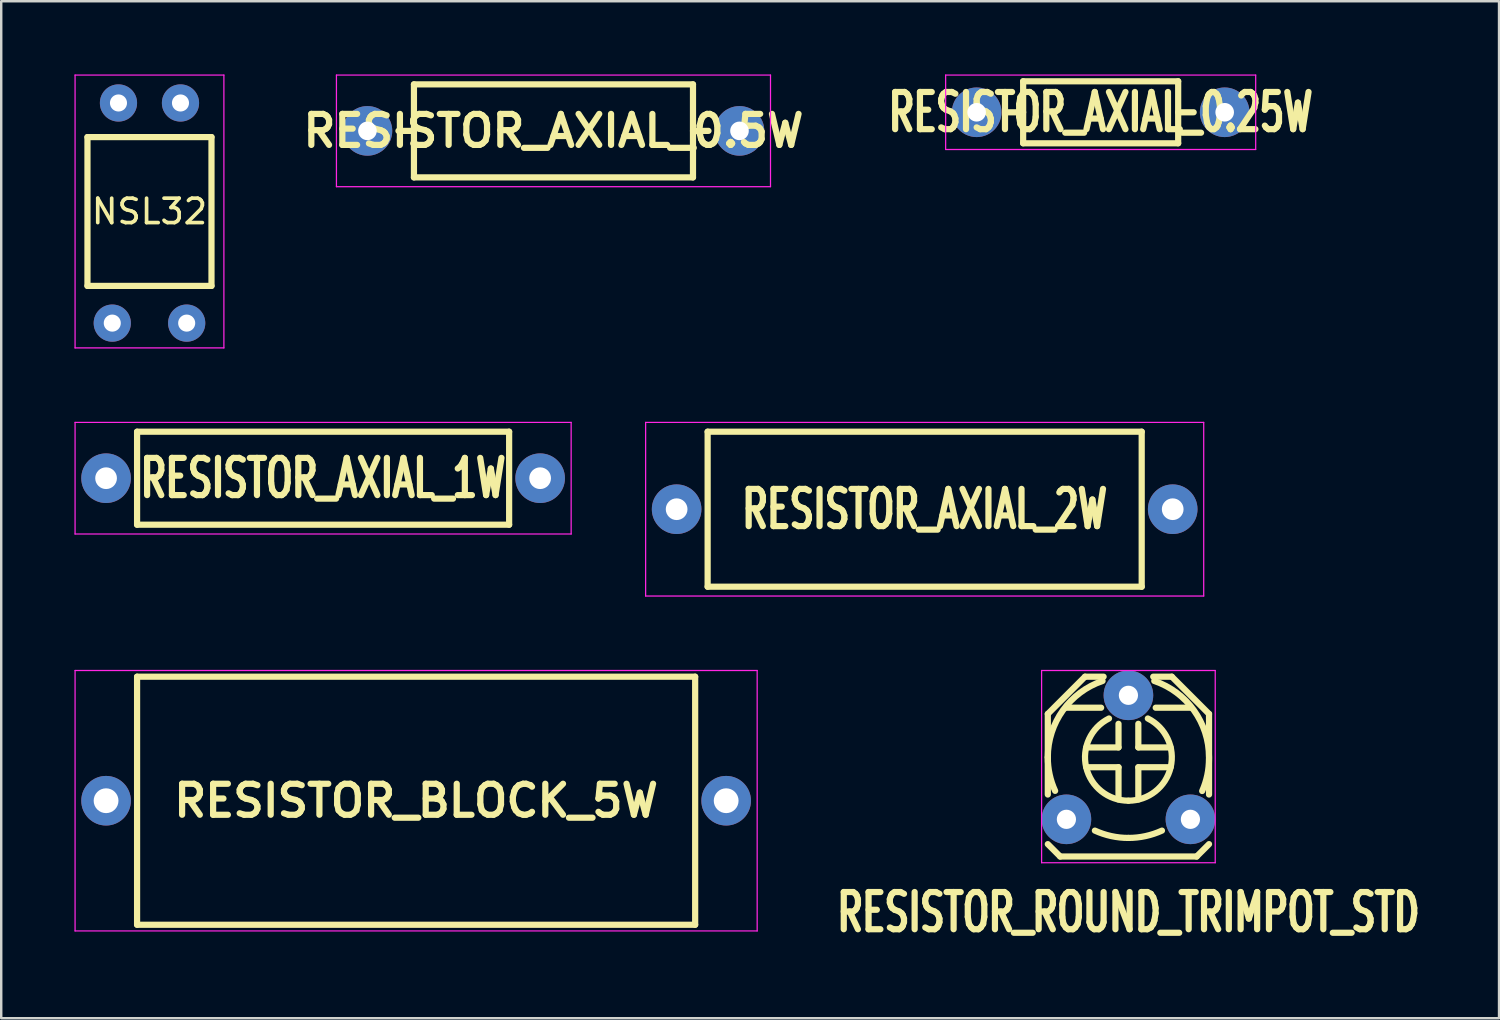
<source format=kicad_pcb>
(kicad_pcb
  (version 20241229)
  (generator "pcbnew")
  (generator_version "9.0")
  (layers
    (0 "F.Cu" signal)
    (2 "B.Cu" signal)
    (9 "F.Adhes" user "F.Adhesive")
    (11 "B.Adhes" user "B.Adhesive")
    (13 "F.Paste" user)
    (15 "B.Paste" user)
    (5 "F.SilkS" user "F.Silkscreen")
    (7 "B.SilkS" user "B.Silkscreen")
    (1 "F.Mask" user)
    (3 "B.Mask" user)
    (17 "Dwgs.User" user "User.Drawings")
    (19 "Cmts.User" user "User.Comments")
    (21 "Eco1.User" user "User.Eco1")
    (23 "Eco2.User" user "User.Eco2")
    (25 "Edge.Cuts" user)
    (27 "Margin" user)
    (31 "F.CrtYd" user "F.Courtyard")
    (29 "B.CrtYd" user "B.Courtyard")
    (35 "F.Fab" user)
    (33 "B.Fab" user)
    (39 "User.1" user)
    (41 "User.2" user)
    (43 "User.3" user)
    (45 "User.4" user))
  (footprint "RESISTOR_AXIAL_2W"
    (layer "F.Cu")
    (at 34.826 17.808)
    (property "Reference" "RESISTOR_AXIAL_2W" (at 0 0 0) (layer "F.SilkS") (effects (font (size 1.524 1.016) (thickness 0.254))))
    (attr through_hole)
    (fp_line (start -8.89 -3.175) (end -8.89 3.175) (stroke (width 0.254) (type solid)) (layer "F.SilkS"))
    (fp_line (start -8.89 3.175) (end 8.89 3.175) (stroke (width 0.254) (type solid)) (layer "F.SilkS"))
    (fp_line (start 8.89 -3.175) (end -8.89 -3.175) (stroke (width 0.254) (type solid)) (layer "F.SilkS"))
    (fp_line (start 8.89 3.175) (end 8.89 -3.175) (stroke (width 0.254) (type solid)) (layer "F.SilkS"))
    (fp_line (start -11.43 -3.556) (end 11.43 -3.556) (stroke (width 0.051) (type solid)) (layer "F.CrtYd"))
    (fp_line (start -11.43 3.556) (end -11.43 -3.556) (stroke (width 0.051) (type solid)) (layer "F.CrtYd"))
    (fp_line (start 11.43 -3.556) (end 11.43 3.556) (stroke (width 0.051) (type solid)) (layer "F.CrtYd"))
    (fp_line (start 11.43 3.556) (end -11.43 3.556) (stroke (width 0.051) (type solid)) (layer "F.CrtYd"))
    (pad "1" thru_hole circle (at -10.16 0) (size 2.032 2.032) (drill 0.889) (layers "*.Cu" "*.Mask"))
    (pad "2" thru_hole circle (at 10.16 0) (size 2.032 2.032) (drill 0.889) (layers "*.Cu" "*.Mask")))
  (footprint "RESISTOR_AXIAL_0.5W"
    (layer "F.Cu")
    (at 19.621 2.311)
    (property "Reference" "RESISTOR_AXIAL_0.5W" (at 0 0 0) (layer "F.SilkS") (effects (font (size 1.27 1.27) (thickness 0.254))))
    (attr through_hole)
    (fp_line (start -5.715 -1.905) (end -5.715 1.905) (stroke (width 0.254) (type solid)) (layer "F.SilkS"))
    (fp_line (start -5.715 0) (end -6.35 0) (stroke (width 0.254) (type solid)) (layer "F.SilkS"))
    (fp_line (start -5.715 1.905) (end 5.715 1.905) (stroke (width 0.254) (type solid)) (layer "F.SilkS"))
    (fp_line (start 5.715 -1.905) (end -5.715 -1.905) (stroke (width 0.254) (type solid)) (layer "F.SilkS"))
    (fp_line (start 5.715 1.905) (end 5.715 -1.905) (stroke (width 0.254) (type solid)) (layer "F.SilkS"))
    (fp_line (start 6.35 0) (end 5.715 0) (stroke (width 0.254) (type solid)) (layer "F.SilkS"))
    (fp_line (start -8.89 -2.286) (end -8.89 2.286) (stroke (width 0.051) (type solid)) (layer "F.CrtYd"))
    (fp_line (start -8.89 2.286) (end 8.89 2.286) (stroke (width 0.051) (type solid)) (layer "F.CrtYd"))
    (fp_line (start 8.89 -2.286) (end -8.89 -2.286) (stroke (width 0.051) (type solid)) (layer "F.CrtYd"))
    (fp_line (start 8.89 2.286) (end 8.89 -2.286) (stroke (width 0.051) (type solid)) (layer "F.CrtYd"))
    (pad "1" thru_hole circle (at -7.62 0) (size 2.032 2.032) (drill 0.762) (layers "*.Cu" "*.Mask"))
    (pad "2" thru_hole circle (at 7.62 0) (size 2.032 2.032) (drill 0.762) (layers "*.Cu" "*.Mask")))
  (footprint "RESISTOR_ROUND_TRIMPOT_STD"
    (layer "F.Cu")
    (at 43.172 27.971)
    (property "Reference" "RESISTOR_ROUND_TRIMPOT_STD" (at 0 6.35 0) (layer "F.SilkS") (effects (font (size 1.524 1.016) (thickness 0.254))))
    (attr through_hole)
    (fp_line (start -3.302 -1.778) (end -3.302 1.524) (stroke (width 0.254) (type solid)) (layer "F.SilkS"))
    (fp_line (start -3.302 -1.778) (end -1.778 -3.302) (stroke (width 0.254) (type solid)) (layer "F.SilkS"))
    (fp_line (start -2.794 4.064) (end -3.302 3.556) (stroke (width 0.254) (type solid)) (layer "F.SilkS"))
    (fp_line (start -2.54 -2.032) (end -1.118 -2.032) (stroke (width 0.254) (type solid)) (layer "F.SilkS"))
    (fp_line (start -1.778 -3.302) (end -1.016 -3.302) (stroke (width 0.254) (type solid)) (layer "F.SilkS"))
    (fp_line (start -0.406 -0.406) (end -1.727 -0.406) (stroke (width 0.254) (type solid)) (layer "F.SilkS"))
    (fp_line (start -0.406 -0.406) (end -0.406 -1.372) (stroke (width 0.254) (type solid)) (layer "F.SilkS"))
    (fp_line (start -0.406 0.406) (end -1.727 0.406) (stroke (width 0.254) (type solid)) (layer "F.SilkS"))
    (fp_line (start -0.406 0.406) (end -0.406 1.727) (stroke (width 0.254) (type solid)) (layer "F.SilkS"))
    (fp_line (start 0.406 -0.406) (end 0.406 -1.372) (stroke (width 0.254) (type solid)) (layer "F.SilkS"))
    (fp_line (start 0.406 -0.406) (end 1.727 -0.406) (stroke (width 0.254) (type solid)) (layer "F.SilkS"))
    (fp_line (start 0.406 0.406) (end 0.406 1.727) (stroke (width 0.254) (type solid)) (layer "F.SilkS"))
    (fp_line (start 0.406 0.406) (end 1.727 0.406) (stroke (width 0.254) (type solid)) (layer "F.SilkS"))
    (fp_line (start 1.016 -3.302) (end 1.778 -3.302) (stroke (width 0.254) (type solid)) (layer "F.SilkS"))
    (fp_line (start 1.118 -2.032) (end 2.54 -2.032) (stroke (width 0.254) (type solid)) (layer "F.SilkS"))
    (fp_line (start 1.778 -3.302) (end 3.302 -1.778) (stroke (width 0.254) (type solid)) (layer "F.SilkS"))
    (fp_line (start 2.794 4.064) (end -2.794 4.064) (stroke (width 0.254) (type solid)) (layer "F.SilkS"))
    (fp_line (start 2.794 4.064) (end 3.302 3.556) (stroke (width 0.254) (type solid)) (layer "F.SilkS"))
    (fp_line (start 3.302 -1.778) (end 3.302 1.524) (stroke (width 0.254) (type solid)) (layer "F.SilkS"))
    (fp_arc (start -3.302 0) (mid -2.683377 -1.924237) (end -1.059305 -3.127471) (stroke (width 0.254) (type solid)) (layer "F.SilkS"))
    (fp_arc (start -3.002535 1.374041) (mid -3.226265 0.703148) (end -3.302 0) (stroke (width 0.254) (type solid)) (layer "F.SilkS"))
    (fp_arc (start 0 1.778) (mid -1.730437 0.408501) (end -0.795146 -1.590292) (stroke (width 0.254) (type solid)) (layer "F.SilkS"))
    (fp_arc (start 0 3.302) (mid -0.703148 3.226265) (end -1.374041 3.002535) (stroke (width 0.254) (type solid)) (layer "F.SilkS"))
    (fp_arc (start 0.795146 -1.590292) (mid 1.730437 0.408501) (end 0 1.778) (stroke (width 0.254) (type solid)) (layer "F.SilkS"))
    (fp_arc (start 1.059305 -3.127471) (mid 2.683377 -1.924237) (end 3.302 0) (stroke (width 0.254) (type solid)) (layer "F.SilkS"))
    (fp_arc (start 1.374041 3.002535) (mid 0.703148 3.226265) (end 0 3.302) (stroke (width 0.254) (type solid)) (layer "F.SilkS"))
    (fp_arc (start 3.302 0.047301) (mid 3.230979 0.728461) (end 3.020971 1.38032) (stroke (width 0.254) (type solid)) (layer "F.SilkS"))
    (fp_line (start -3.556 -3.556) (end -3.556 4.318) (stroke (width 0.051) (type solid)) (layer "F.CrtYd"))
    (fp_line (start -3.556 4.318) (end 3.556 4.318) (stroke (width 0.051) (type solid)) (layer "F.CrtYd"))
    (fp_line (start 3.556 -3.556) (end -3.556 -3.556) (stroke (width 0.051) (type solid)) (layer "F.CrtYd"))
    (fp_line (start 3.556 4.318) (end 3.556 -3.556) (stroke (width 0.051) (type solid)) (layer "F.CrtYd"))
    (pad "1" thru_hole circle (at -2.54 2.54) (size 2.032 2.032) (drill 0.787) (layers "*.Cu" "*.Mask"))
    (pad "2" thru_hole circle (at 0 -2.54) (size 2.032 2.032) (drill 0.787) (layers "*.Cu" "*.Mask"))
    (pad "3" thru_hole circle (at 2.54 2.54) (size 2.032 2.032) (drill 0.787) (layers "*.Cu" "*.Mask")))
  (footprint "RESISTOR_AXIAL_0.25W"
    (layer "F.Cu")
    (at 42.035 1.549)
    (property "Reference" "RESISTOR_AXIAL_0.25W" (at 0 0 0) (layer "F.SilkS") (effects (font (size 1.524 1.016) (thickness 0.254))))
    (attr through_hole)
    (fp_line (start -3.175 -1.27) (end -3.175 1.27) (stroke (width 0.254) (type solid)) (layer "F.SilkS"))
    (fp_line (start -3.175 0) (end -3.81 0) (stroke (width 0.254) (type solid)) (layer "F.SilkS"))
    (fp_line (start -3.175 1.27) (end 3.175 1.27) (stroke (width 0.254) (type solid)) (layer "F.SilkS"))
    (fp_line (start 3.175 -1.27) (end -3.175 -1.27) (stroke (width 0.254) (type solid)) (layer "F.SilkS"))
    (fp_line (start 3.175 0) (end 3.81 0) (stroke (width 0.254) (type solid)) (layer "F.SilkS"))
    (fp_line (start 3.175 1.27) (end 3.175 -1.27) (stroke (width 0.254) (type solid)) (layer "F.SilkS"))
    (fp_line (start -6.35 -1.524) (end -6.35 1.524) (stroke (width 0.051) (type solid)) (layer "F.CrtYd"))
    (fp_line (start -6.35 1.524) (end 6.35 1.524) (stroke (width 0.051) (type solid)) (layer "F.CrtYd"))
    (fp_line (start 6.35 -1.524) (end -6.35 -1.524) (stroke (width 0.051) (type solid)) (layer "F.CrtYd"))
    (fp_line (start 6.35 1.524) (end 6.35 -1.524) (stroke (width 0.051) (type solid)) (layer "F.CrtYd"))
    (pad "1" thru_hole circle (at -5.08 0) (size 2.032 2.032) (drill 0.762) (layers "*.Cu" "*.Mask"))
    (pad "2" thru_hole circle (at 5.08 0) (size 2.032 2.032) (drill 0.762) (layers "*.Cu" "*.Mask")))
  (footprint "RESISTOR_AXIAL_1W"
    (layer "F.Cu")
    (at 10.185 16.538)
    (property "Reference" "RESISTOR_AXIAL_1W" (at 0 0 0) (layer "F.SilkS") (effects (font (size 1.524 1.016) (thickness 0.254))))
    (attr through_hole)
    (fp_line (start -7.62 -1.905) (end -7.62 1.905) (stroke (width 0.254) (type solid)) (layer "F.SilkS"))
    (fp_line (start -7.62 1.905) (end 7.62 1.905) (stroke (width 0.254) (type solid)) (layer "F.SilkS"))
    (fp_line (start 7.62 -1.905) (end -7.62 -1.905) (stroke (width 0.254) (type solid)) (layer "F.SilkS"))
    (fp_line (start 7.62 1.905) (end 7.62 -1.905) (stroke (width 0.254) (type solid)) (layer "F.SilkS"))
    (fp_line (start -10.16 -2.286) (end 10.16 -2.286) (stroke (width 0.051) (type solid)) (layer "F.CrtYd"))
    (fp_line (start -10.16 2.286) (end -10.16 -2.286) (stroke (width 0.051) (type solid)) (layer "F.CrtYd"))
    (fp_line (start 10.16 -2.286) (end 10.16 2.286) (stroke (width 0.051) (type solid)) (layer "F.CrtYd"))
    (fp_line (start 10.16 2.286) (end -10.16 2.286) (stroke (width 0.051) (type solid)) (layer "F.CrtYd"))
    (pad "1" thru_hole circle (at -8.89 0) (size 2.032 2.032) (drill 0.889) (layers "*.Cu" "*.Mask"))
    (pad "2" thru_hole circle (at 8.89 0) (size 2.032 2.032) (drill 0.889) (layers "*.Cu" "*.Mask")))
  (footprint "RESISTOR_BLOCK_5W"
    (layer "F.Cu")
    (at 13.995 29.749)
    (property "Reference" "RESISTOR_BLOCK_5W" (at 0 0 0) (layer "F.SilkS") (effects (font (size 1.27 1.27) (thickness 0.254))))
    (attr through_hole)
    (fp_line (start -11.43 -5.08) (end -11.43 5.08) (stroke (width 0.254) (type solid)) (layer "F.SilkS"))
    (fp_line (start -11.43 5.08) (end 11.43 5.08) (stroke (width 0.254) (type solid)) (layer "F.SilkS"))
    (fp_line (start 11.43 -5.08) (end -11.43 -5.08) (stroke (width 0.254) (type solid)) (layer "F.SilkS"))
    (fp_line (start 11.43 5.08) (end 11.43 -5.08) (stroke (width 0.254) (type solid)) (layer "F.SilkS"))
    (fp_line (start -13.97 -5.334) (end -13.97 5.334) (stroke (width 0.051) (type solid)) (layer "F.CrtYd"))
    (fp_line (start -13.97 5.334) (end 13.97 5.334) (stroke (width 0.051) (type solid)) (layer "F.CrtYd"))
    (fp_line (start 13.97 -5.334) (end -13.97 -5.334) (stroke (width 0.051) (type solid)) (layer "F.CrtYd"))
    (fp_line (start 13.97 5.334) (end 13.97 -5.334) (stroke (width 0.051) (type solid)) (layer "F.CrtYd"))
    (pad "1" thru_hole circle (at -12.7 0) (size 2.032 2.032) (drill 1.016) (layers "*.Cu" "*.Mask"))
    (pad "2" thru_hole circle (at 12.7 0) (size 2.032 2.032) (drill 1.016) (layers "*.Cu" "*.Mask")))
  (footprint "NSL32"
    (layer "F.Cu")
    (at 3.073 5.613)
    (property "Reference" "NSL32" (at 0 0 0) (layer "F.SilkS") (effects (font (size 1 1) (thickness 0.15))))
    (attr through_hole)
    (fp_line (start -2.54 -3.048) (end -2.54 3.048) (stroke (width 0.254) (type solid)) (layer "F.SilkS"))
    (fp_line (start -2.54 3.048) (end 2.54 3.048) (stroke (width 0.254) (type solid)) (layer "F.SilkS"))
    (fp_line (start 2.54 -3.048) (end -2.54 -3.048) (stroke (width 0.254) (type solid)) (layer "F.SilkS"))
    (fp_line (start 2.54 3.048) (end 2.54 -3.048) (stroke (width 0.254) (type solid)) (layer "F.SilkS"))
    (fp_line (start -3.048 -5.588) (end 3.048 -5.588) (stroke (width 0.051) (type solid)) (layer "F.CrtYd"))
    (fp_line (start -3.048 5.588) (end -3.048 -5.588) (stroke (width 0.051) (type solid)) (layer "F.CrtYd"))
    (fp_line (start 3.048 -5.588) (end 3.048 5.588) (stroke (width 0.051) (type solid)) (layer "F.CrtYd"))
    (fp_line (start 3.048 5.588) (end -3.048 5.588) (stroke (width 0.051) (type solid)) (layer "F.CrtYd"))
    (pad "1" thru_hole circle (at 1.524 4.572) (size 1.524 1.524) (drill 0.7) (layers "*.Cu" "*.Mask"))
    (pad "2" thru_hole circle (at -1.524 4.572) (size 1.524 1.524) (drill 0.7) (layers "*.Cu" "*.Mask"))
    (pad "3" thru_hole circle (at -1.27 -4.445) (size 1.524 1.524) (drill 0.7) (layers "*.Cu" "*.Mask"))
    (pad "4" thru_hole circle (at 1.27 -4.445) (size 1.524 1.524) (drill 0.7) (layers "*.Cu" "*.Mask")))
  (gr_rect
    (start -3 -3)
    (end 58.353 38.658)
    (stroke (width 0.1) (type default))
    (fill no)
    (layer "Edge.Cuts")))
</source>
